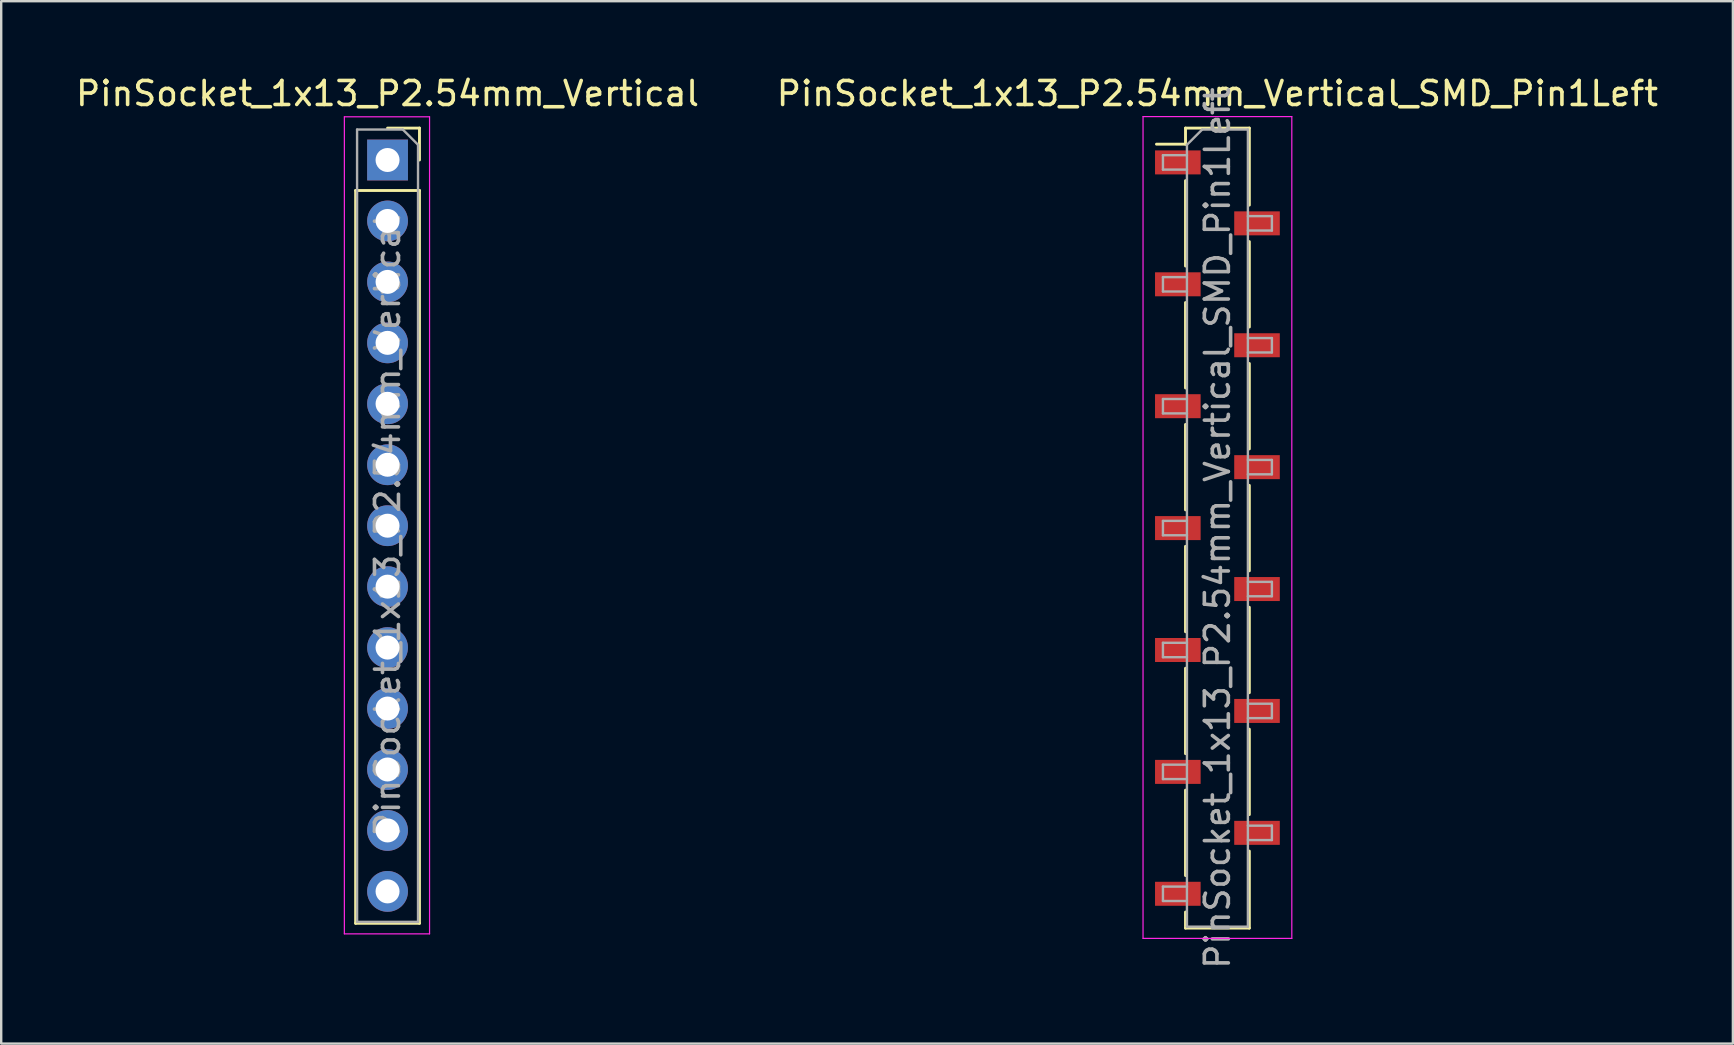
<source format=kicad_pcb>
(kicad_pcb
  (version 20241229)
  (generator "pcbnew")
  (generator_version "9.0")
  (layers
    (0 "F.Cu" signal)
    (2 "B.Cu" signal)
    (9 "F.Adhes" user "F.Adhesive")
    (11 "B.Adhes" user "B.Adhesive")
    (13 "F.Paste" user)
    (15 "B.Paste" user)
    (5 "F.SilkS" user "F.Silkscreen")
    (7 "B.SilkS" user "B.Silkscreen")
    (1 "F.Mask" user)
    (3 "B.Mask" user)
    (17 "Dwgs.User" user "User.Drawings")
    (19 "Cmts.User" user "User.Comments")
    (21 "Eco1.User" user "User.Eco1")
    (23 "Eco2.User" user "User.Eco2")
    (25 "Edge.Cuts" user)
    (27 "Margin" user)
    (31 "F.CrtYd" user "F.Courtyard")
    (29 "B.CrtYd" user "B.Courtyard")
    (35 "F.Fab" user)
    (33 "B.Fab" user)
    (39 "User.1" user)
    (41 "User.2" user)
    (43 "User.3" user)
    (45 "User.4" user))
  (footprint "PinSocket_1x13_P2.54mm_Vertical_SMD_Pin1Left"
    (layer "F.Cu")
    (at 47.685 18.958)
    (property "Reference" "PinSocket_1x13_P2.54mm_Vertical_SMD_Pin1Left" (at 0 -18.11 0) (layer "F.SilkS") (effects (font (size 1 1) (thickness 0.15))))
    (attr smd)
    (fp_line (start -2.54 -16) (end -1.33 -16) (stroke (width 0.12) (type solid)) (layer "F.SilkS"))
    (fp_line (start -1.33 -16.67) (end -1.33 -16) (stroke (width 0.12) (type solid)) (layer "F.SilkS"))
    (fp_line (start -1.33 -16.67) (end 1.33 -16.67) (stroke (width 0.12) (type solid)) (layer "F.SilkS"))
    (fp_line (start -1.33 -14.48) (end -1.33 -10.92) (stroke (width 0.12) (type solid)) (layer "F.SilkS"))
    (fp_line (start -1.33 -9.4) (end -1.33 -5.84) (stroke (width 0.12) (type solid)) (layer "F.SilkS"))
    (fp_line (start -1.33 -4.32) (end -1.33 -0.76) (stroke (width 0.12) (type solid)) (layer "F.SilkS"))
    (fp_line (start -1.33 0.76) (end -1.33 4.32) (stroke (width 0.12) (type solid)) (layer "F.SilkS"))
    (fp_line (start -1.33 5.84) (end -1.33 9.4) (stroke (width 0.12) (type solid)) (layer "F.SilkS"))
    (fp_line (start -1.33 10.92) (end -1.33 14.48) (stroke (width 0.12) (type solid)) (layer "F.SilkS"))
    (fp_line (start -1.33 16) (end -1.33 16.67) (stroke (width 0.12) (type solid)) (layer "F.SilkS"))
    (fp_line (start -1.33 16.67) (end 1.33 16.67) (stroke (width 0.12) (type solid)) (layer "F.SilkS"))
    (fp_line (start 1.33 -16.67) (end 1.33 -13.46) (stroke (width 0.12) (type solid)) (layer "F.SilkS"))
    (fp_line (start 1.33 -11.94) (end 1.33 -8.38) (stroke (width 0.12) (type solid)) (layer "F.SilkS"))
    (fp_line (start 1.33 -6.86) (end 1.33 -3.3) (stroke (width 0.12) (type solid)) (layer "F.SilkS"))
    (fp_line (start 1.33 -1.78) (end 1.33 1.78) (stroke (width 0.12) (type solid)) (layer "F.SilkS"))
    (fp_line (start 1.33 3.3) (end 1.33 6.86) (stroke (width 0.12) (type solid)) (layer "F.SilkS"))
    (fp_line (start 1.33 8.38) (end 1.33 11.94) (stroke (width 0.12) (type solid)) (layer "F.SilkS"))
    (fp_line (start 1.33 13.46) (end 1.33 16.67) (stroke (width 0.12) (type solid)) (layer "F.SilkS"))
    (fp_line (start -3.1 -17.15) (end 3.1 -17.15) (stroke (width 0.05) (type solid)) (layer "F.CrtYd"))
    (fp_line (start -3.1 17.1) (end -3.1 -17.15) (stroke (width 0.05) (type solid)) (layer "F.CrtYd"))
    (fp_line (start 3.1 -17.15) (end 3.1 17.1) (stroke (width 0.05) (type solid)) (layer "F.CrtYd"))
    (fp_line (start 3.1 17.1) (end -3.1 17.1) (stroke (width 0.05) (type solid)) (layer "F.CrtYd"))
    (fp_line (start -2.27 -15.54) (end -1.27 -15.54) (stroke (width 0.1) (type solid)) (layer "F.Fab"))
    (fp_line (start -2.27 -14.94) (end -2.27 -15.54) (stroke (width 0.1) (type solid)) (layer "F.Fab"))
    (fp_line (start -2.27 -10.46) (end -1.27 -10.46) (stroke (width 0.1) (type solid)) (layer "F.Fab"))
    (fp_line (start -2.27 -9.86) (end -2.27 -10.46) (stroke (width 0.1) (type solid)) (layer "F.Fab"))
    (fp_line (start -2.27 -5.38) (end -1.27 -5.38) (stroke (width 0.1) (type solid)) (layer "F.Fab"))
    (fp_line (start -2.27 -4.78) (end -2.27 -5.38) (stroke (width 0.1) (type solid)) (layer "F.Fab"))
    (fp_line (start -2.27 -0.3) (end -1.27 -0.3) (stroke (width 0.1) (type solid)) (layer "F.Fab"))
    (fp_line (start -2.27 0.3) (end -2.27 -0.3) (stroke (width 0.1) (type solid)) (layer "F.Fab"))
    (fp_line (start -2.27 4.78) (end -1.27 4.78) (stroke (width 0.1) (type solid)) (layer "F.Fab"))
    (fp_line (start -2.27 5.38) (end -2.27 4.78) (stroke (width 0.1) (type solid)) (layer "F.Fab"))
    (fp_line (start -2.27 9.86) (end -1.27 9.86) (stroke (width 0.1) (type solid)) (layer "F.Fab"))
    (fp_line (start -2.27 10.46) (end -2.27 9.86) (stroke (width 0.1) (type solid)) (layer "F.Fab"))
    (fp_line (start -2.27 14.94) (end -1.27 14.94) (stroke (width 0.1) (type solid)) (layer "F.Fab"))
    (fp_line (start -2.27 15.54) (end -2.27 14.94) (stroke (width 0.1) (type solid)) (layer "F.Fab"))
    (fp_line (start -1.27 -15.975) (end -0.635 -16.61) (stroke (width 0.1) (type solid)) (layer "F.Fab"))
    (fp_line (start -1.27 -14.94) (end -2.27 -14.94) (stroke (width 0.1) (type solid)) (layer "F.Fab"))
    (fp_line (start -1.27 -9.86) (end -2.27 -9.86) (stroke (width 0.1) (type solid)) (layer "F.Fab"))
    (fp_line (start -1.27 -4.78) (end -2.27 -4.78) (stroke (width 0.1) (type solid)) (layer "F.Fab"))
    (fp_line (start -1.27 0.3) (end -2.27 0.3) (stroke (width 0.1) (type solid)) (layer "F.Fab"))
    (fp_line (start -1.27 5.38) (end -2.27 5.38) (stroke (width 0.1) (type solid)) (layer "F.Fab"))
    (fp_line (start -1.27 10.46) (end -2.27 10.46) (stroke (width 0.1) (type solid)) (layer "F.Fab"))
    (fp_line (start -1.27 15.54) (end -2.27 15.54) (stroke (width 0.1) (type solid)) (layer "F.Fab"))
    (fp_line (start -1.27 16.61) (end -1.27 -15.975) (stroke (width 0.1) (type solid)) (layer "F.Fab"))
    (fp_line (start -0.635 -16.61) (end 1.27 -16.61) (stroke (width 0.1) (type solid)) (layer "F.Fab"))
    (fp_line (start 1.27 -16.61) (end 1.27 16.61) (stroke (width 0.1) (type solid)) (layer "F.Fab"))
    (fp_line (start 1.27 -13) (end 2.27 -13) (stroke (width 0.1) (type solid)) (layer "F.Fab"))
    (fp_line (start 1.27 -7.92) (end 2.27 -7.92) (stroke (width 0.1) (type solid)) (layer "F.Fab"))
    (fp_line (start 1.27 -2.84) (end 2.27 -2.84) (stroke (width 0.1) (type solid)) (layer "F.Fab"))
    (fp_line (start 1.27 2.24) (end 2.27 2.24) (stroke (width 0.1) (type solid)) (layer "F.Fab"))
    (fp_line (start 1.27 7.32) (end 2.27 7.32) (stroke (width 0.1) (type solid)) (layer "F.Fab"))
    (fp_line (start 1.27 12.4) (end 2.27 12.4) (stroke (width 0.1) (type solid)) (layer "F.Fab"))
    (fp_line (start 1.27 16.61) (end -1.27 16.61) (stroke (width 0.1) (type solid)) (layer "F.Fab"))
    (fp_line (start 2.27 -13) (end 2.27 -12.4) (stroke (width 0.1) (type solid)) (layer "F.Fab"))
    (fp_line (start 2.27 -12.4) (end 1.27 -12.4) (stroke (width 0.1) (type solid)) (layer "F.Fab"))
    (fp_line (start 2.27 -7.92) (end 2.27 -7.32) (stroke (width 0.1) (type solid)) (layer "F.Fab"))
    (fp_line (start 2.27 -7.32) (end 1.27 -7.32) (stroke (width 0.1) (type solid)) (layer "F.Fab"))
    (fp_line (start 2.27 -2.84) (end 2.27 -2.24) (stroke (width 0.1) (type solid)) (layer "F.Fab"))
    (fp_line (start 2.27 -2.24) (end 1.27 -2.24) (stroke (width 0.1) (type solid)) (layer "F.Fab"))
    (fp_line (start 2.27 2.24) (end 2.27 2.84) (stroke (width 0.1) (type solid)) (layer "F.Fab"))
    (fp_line (start 2.27 2.84) (end 1.27 2.84) (stroke (width 0.1) (type solid)) (layer "F.Fab"))
    (fp_line (start 2.27 7.32) (end 2.27 7.92) (stroke (width 0.1) (type solid)) (layer "F.Fab"))
    (fp_line (start 2.27 7.92) (end 1.27 7.92) (stroke (width 0.1) (type solid)) (layer "F.Fab"))
    (fp_line (start 2.27 12.4) (end 2.27 13) (stroke (width 0.1) (type solid)) (layer "F.Fab"))
    (fp_line (start 2.27 13) (end 1.27 13) (stroke (width 0.1) (type solid)) (layer "F.Fab"))
    (fp_text user "${REFERENCE}" (at 0 0 90) (layer "F.Fab") (effects (font (size 1 1) (thickness 0.15))))
    (pad "1" smd rect (at -1.65 -15.24) (size 1.9 1) (layers "F.Cu" "F.Mask" "F.Paste"))
    (pad "2" smd rect (at 1.65 -12.7) (size 1.9 1) (layers "F.Cu" "F.Mask" "F.Paste"))
    (pad "3" smd rect (at -1.65 -10.16) (size 1.9 1) (layers "F.Cu" "F.Mask" "F.Paste"))
    (pad "4" smd rect (at 1.65 -7.62) (size 1.9 1) (layers "F.Cu" "F.Mask" "F.Paste"))
    (pad "5" smd rect (at -1.65 -5.08) (size 1.9 1) (layers "F.Cu" "F.Mask" "F.Paste"))
    (pad "6" smd rect (at 1.65 -2.54) (size 1.9 1) (layers "F.Cu" "F.Mask" "F.Paste"))
    (pad "7" smd rect (at -1.65 0) (size 1.9 1) (layers "F.Cu" "F.Mask" "F.Paste"))
    (pad "8" smd rect (at 1.65 2.54) (size 1.9 1) (layers "F.Cu" "F.Mask" "F.Paste"))
    (pad "9" smd rect (at -1.65 5.08) (size 1.9 1) (layers "F.Cu" "F.Mask" "F.Paste"))
    (pad "10" smd rect (at 1.65 7.62) (size 1.9 1) (layers "F.Cu" "F.Mask" "F.Paste"))
    (pad "11" smd rect (at -1.65 10.16) (size 1.9 1) (layers "F.Cu" "F.Mask" "F.Paste"))
    (pad "12" smd rect (at 1.65 12.7) (size 1.9 1) (layers "F.Cu" "F.Mask" "F.Paste"))
    (pad "13" smd rect (at -1.65 15.24) (size 1.9 1) (layers "F.Cu" "F.Mask" "F.Paste")))
  (footprint "PinSocket_1x13_P2.54mm_Vertical"
    (layer "F.Cu")
    (at 13.101 3.618)
    (property "Reference" "PinSocket_1x13_P2.54mm_Vertical" (at 0 -2.77 0) (layer "F.SilkS") (effects (font (size 1 1) (thickness 0.15))))
    (attr through_hole)
    (fp_line (start -1.33 1.27) (end -1.33 31.81) (stroke (width 0.12) (type solid)) (layer "F.SilkS"))
    (fp_line (start -1.33 1.27) (end 1.33 1.27) (stroke (width 0.12) (type solid)) (layer "F.SilkS"))
    (fp_line (start -1.33 31.81) (end 1.33 31.81) (stroke (width 0.12) (type solid)) (layer "F.SilkS"))
    (fp_line (start 0 -1.33) (end 1.33 -1.33) (stroke (width 0.12) (type solid)) (layer "F.SilkS"))
    (fp_line (start 1.33 -1.33) (end 1.33 0) (stroke (width 0.12) (type solid)) (layer "F.SilkS"))
    (fp_line (start 1.33 1.27) (end 1.33 31.81) (stroke (width 0.12) (type solid)) (layer "F.SilkS"))
    (fp_line (start -1.8 -1.8) (end 1.75 -1.8) (stroke (width 0.05) (type solid)) (layer "F.CrtYd"))
    (fp_line (start -1.8 32.25) (end -1.8 -1.8) (stroke (width 0.05) (type solid)) (layer "F.CrtYd"))
    (fp_line (start 1.75 -1.8) (end 1.75 32.25) (stroke (width 0.05) (type solid)) (layer "F.CrtYd"))
    (fp_line (start 1.75 32.25) (end -1.8 32.25) (stroke (width 0.05) (type solid)) (layer "F.CrtYd"))
    (fp_line (start -1.27 -1.27) (end 0.635 -1.27) (stroke (width 0.1) (type solid)) (layer "F.Fab"))
    (fp_line (start -1.27 31.75) (end -1.27 -1.27) (stroke (width 0.1) (type solid)) (layer "F.Fab"))
    (fp_line (start 0.635 -1.27) (end 1.27 -0.635) (stroke (width 0.1) (type solid)) (layer "F.Fab"))
    (fp_line (start 1.27 -0.635) (end 1.27 31.75) (stroke (width 0.1) (type solid)) (layer "F.Fab"))
    (fp_line (start 1.27 31.75) (end -1.27 31.75) (stroke (width 0.1) (type solid)) (layer "F.Fab"))
    (fp_text user "${REFERENCE}" (at 0 15.24 90) (layer "F.Fab") (effects (font (size 1 1) (thickness 0.15))))
    (pad "1" thru_hole rect (at 0 0) (size 1.7 1.7) (drill 1) (layers "*.Cu" "*.Mask"))
    (pad "2" thru_hole oval (at 0 2.54) (size 1.7 1.7) (drill 1) (layers "*.Cu" "*.Mask"))
    (pad "3" thru_hole oval (at 0 5.08) (size 1.7 1.7) (drill 1) (layers "*.Cu" "*.Mask"))
    (pad "4" thru_hole oval (at 0 7.62) (size 1.7 1.7) (drill 1) (layers "*.Cu" "*.Mask"))
    (pad "5" thru_hole oval (at 0 10.16) (size 1.7 1.7) (drill 1) (layers "*.Cu" "*.Mask"))
    (pad "6" thru_hole oval (at 0 12.7) (size 1.7 1.7) (drill 1) (layers "*.Cu" "*.Mask"))
    (pad "7" thru_hole oval (at 0 15.24) (size 1.7 1.7) (drill 1) (layers "*.Cu" "*.Mask"))
    (pad "8" thru_hole oval (at 0 17.78) (size 1.7 1.7) (drill 1) (layers "*.Cu" "*.Mask"))
    (pad "9" thru_hole oval (at 0 20.32) (size 1.7 1.7) (drill 1) (layers "*.Cu" "*.Mask"))
    (pad "10" thru_hole oval (at 0 22.86) (size 1.7 1.7) (drill 1) (layers "*.Cu" "*.Mask"))
    (pad "11" thru_hole oval (at 0 25.4) (size 1.7 1.7) (drill 1) (layers "*.Cu" "*.Mask"))
    (pad "12" thru_hole oval (at 0 27.94) (size 1.7 1.7) (drill 1) (layers "*.Cu" "*.Mask"))
    (pad "13" thru_hole oval (at 0 30.48) (size 1.7 1.7) (drill 1) (layers "*.Cu" "*.Mask")))
  (gr_rect
    (start -3 -3)
    (end 69.167 40.44)
    (stroke (width 0.1) (type default))
    (fill no)
    (layer "Edge.Cuts")))
</source>
